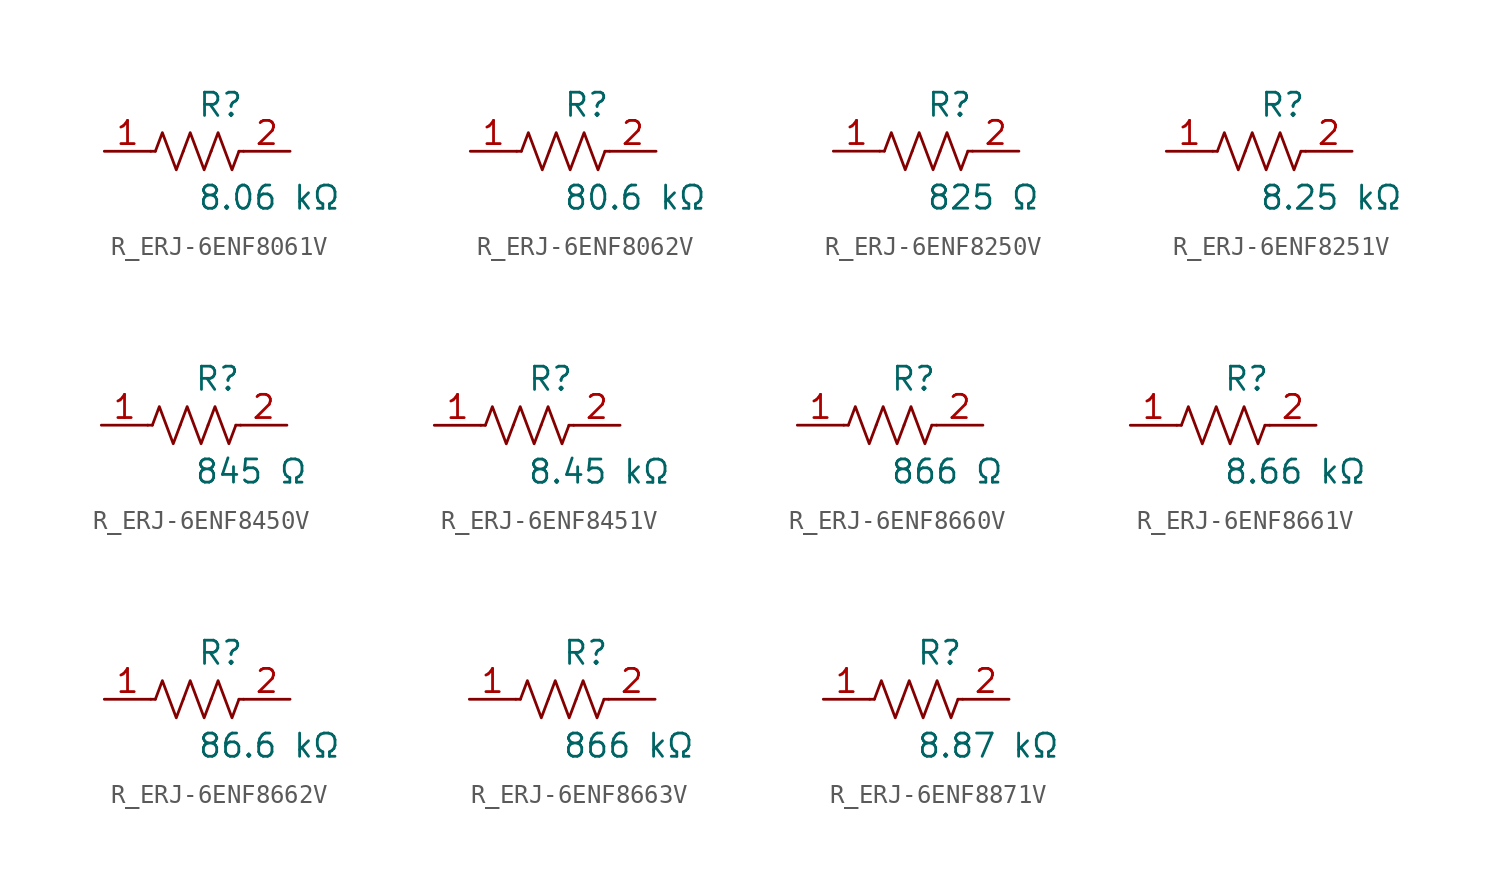
<source format=kicad_sym>
(kicad_symbol_lib
  (version 20231120)
  (generator kicad_symbol_editor)
  (generator_version 8.0)
  (symbol "R_ERJ-6ENF8061V"
    (pin_names
      (offset 0.254))
    (property "Reference" "R"
      (at 0.0 2.54 0)
      (effects (font (size 1.27 1.27)) (justify left)))
    (property "Value" "8.06 kΩ"
      (at 0.0 -2.54 0)
      (effects (font (size 1.27 1.27)) (justify left)))
    (symbol "R_ERJ-6ENF8061V_0_1"
      (polyline (pts (xy 2.286 0) (xy 2.54 0)) (stroke (width 0) (type default)) (fill (type none)))
      (polyline (pts (xy -2.286 0) (xy -2.54 0)) (stroke (width 0) (type default)) (fill (type none)))
      (polyline (pts (xy 0.762 0) (xy 1.143 1.016) (xy 1.524 0) (xy 1.905 -1.016) (xy 2.286 0)) (stroke (width 0) (type default)) (fill (type none)))
      (polyline (pts (xy -0.762 0) (xy -0.381 1.016) (xy 0 0) (xy 0.381 -1.016) (xy 0.762 0)) (stroke (width 0) (type default)) (fill (type none)))
      (polyline (pts (xy -2.286 0) (xy -1.905 1.016) (xy -1.524 0) (xy -1.143 -1.016) (xy -0.762 0)) (stroke (width 0) (type default)) (fill (type none))))
    (pin unspecified line
      (at -5.08 0 0)
      (length 2.54)
      (name "" (effects (font (size 1.27 1.27))))
      (number "1" (effects (font (size 1.27 1.27)))))
    (pin unspecified line
      (at 5.08 0 180)
      (length 2.54)
      (name "" (effects (font (size 1.27 1.27))))
      (number "2" (effects (font (size 1.27 1.27))))))
  (symbol "R_ERJ-6ENF8062V"
    (pin_names
      (offset 0.254))
    (property "Reference" "R"
      (at 0.0 2.54 0)
      (effects (font (size 1.27 1.27)) (justify left)))
    (property "Value" "80.6 kΩ"
      (at 0.0 -2.54 0)
      (effects (font (size 1.27 1.27)) (justify left)))
    (symbol "R_ERJ-6ENF8062V_0_1"
      (polyline (pts (xy 2.286 0) (xy 2.54 0)) (stroke (width 0) (type default)) (fill (type none)))
      (polyline (pts (xy -2.286 0) (xy -2.54 0)) (stroke (width 0) (type default)) (fill (type none)))
      (polyline (pts (xy 0.762 0) (xy 1.143 1.016) (xy 1.524 0) (xy 1.905 -1.016) (xy 2.286 0)) (stroke (width 0) (type default)) (fill (type none)))
      (polyline (pts (xy -0.762 0) (xy -0.381 1.016) (xy 0 0) (xy 0.381 -1.016) (xy 0.762 0)) (stroke (width 0) (type default)) (fill (type none)))
      (polyline (pts (xy -2.286 0) (xy -1.905 1.016) (xy -1.524 0) (xy -1.143 -1.016) (xy -0.762 0)) (stroke (width 0) (type default)) (fill (type none))))
    (pin unspecified line
      (at -5.08 0 0)
      (length 2.54)
      (name "" (effects (font (size 1.27 1.27))))
      (number "1" (effects (font (size 1.27 1.27)))))
    (pin unspecified line
      (at 5.08 0 180)
      (length 2.54)
      (name "" (effects (font (size 1.27 1.27))))
      (number "2" (effects (font (size 1.27 1.27))))))
  (symbol "R_ERJ-6ENF8250V"
    (pin_names
      (offset 0.254))
    (property "Reference" "R"
      (at 0.0 2.54 0)
      (effects (font (size 1.27 1.27)) (justify left)))
    (property "Value" "825 Ω"
      (at 0.0 -2.54 0)
      (effects (font (size 1.27 1.27)) (justify left)))
    (symbol "R_ERJ-6ENF8250V_0_1"
      (polyline (pts (xy 2.286 0) (xy 2.54 0)) (stroke (width 0) (type default)) (fill (type none)))
      (polyline (pts (xy -2.286 0) (xy -2.54 0)) (stroke (width 0) (type default)) (fill (type none)))
      (polyline (pts (xy 0.762 0) (xy 1.143 1.016) (xy 1.524 0) (xy 1.905 -1.016) (xy 2.286 0)) (stroke (width 0) (type default)) (fill (type none)))
      (polyline (pts (xy -0.762 0) (xy -0.381 1.016) (xy 0 0) (xy 0.381 -1.016) (xy 0.762 0)) (stroke (width 0) (type default)) (fill (type none)))
      (polyline (pts (xy -2.286 0) (xy -1.905 1.016) (xy -1.524 0) (xy -1.143 -1.016) (xy -0.762 0)) (stroke (width 0) (type default)) (fill (type none))))
    (pin unspecified line
      (at -5.08 0 0)
      (length 2.54)
      (name "" (effects (font (size 1.27 1.27))))
      (number "1" (effects (font (size 1.27 1.27)))))
    (pin unspecified line
      (at 5.08 0 180)
      (length 2.54)
      (name "" (effects (font (size 1.27 1.27))))
      (number "2" (effects (font (size 1.27 1.27))))))
  (symbol "R_ERJ-6ENF8251V"
    (pin_names
      (offset 0.254))
    (property "Reference" "R"
      (at 0.0 2.54 0)
      (effects (font (size 1.27 1.27)) (justify left)))
    (property "Value" "8.25 kΩ"
      (at 0.0 -2.54 0)
      (effects (font (size 1.27 1.27)) (justify left)))
    (symbol "R_ERJ-6ENF8251V_0_1"
      (polyline (pts (xy 2.286 0) (xy 2.54 0)) (stroke (width 0) (type default)) (fill (type none)))
      (polyline (pts (xy -2.286 0) (xy -2.54 0)) (stroke (width 0) (type default)) (fill (type none)))
      (polyline (pts (xy 0.762 0) (xy 1.143 1.016) (xy 1.524 0) (xy 1.905 -1.016) (xy 2.286 0)) (stroke (width 0) (type default)) (fill (type none)))
      (polyline (pts (xy -0.762 0) (xy -0.381 1.016) (xy 0 0) (xy 0.381 -1.016) (xy 0.762 0)) (stroke (width 0) (type default)) (fill (type none)))
      (polyline (pts (xy -2.286 0) (xy -1.905 1.016) (xy -1.524 0) (xy -1.143 -1.016) (xy -0.762 0)) (stroke (width 0) (type default)) (fill (type none))))
    (pin unspecified line
      (at -5.08 0 0)
      (length 2.54)
      (name "" (effects (font (size 1.27 1.27))))
      (number "1" (effects (font (size 1.27 1.27)))))
    (pin unspecified line
      (at 5.08 0 180)
      (length 2.54)
      (name "" (effects (font (size 1.27 1.27))))
      (number "2" (effects (font (size 1.27 1.27))))))
  (symbol "R_ERJ-6ENF8450V"
    (pin_names
      (offset 0.254))
    (property "Reference" "R"
      (at 0.0 2.54 0)
      (effects (font (size 1.27 1.27)) (justify left)))
    (property "Value" "845 Ω"
      (at 0.0 -2.54 0)
      (effects (font (size 1.27 1.27)) (justify left)))
    (symbol "R_ERJ-6ENF8450V_0_1"
      (polyline (pts (xy 2.286 0) (xy 2.54 0)) (stroke (width 0) (type default)) (fill (type none)))
      (polyline (pts (xy -2.286 0) (xy -2.54 0)) (stroke (width 0) (type default)) (fill (type none)))
      (polyline (pts (xy 0.762 0) (xy 1.143 1.016) (xy 1.524 0) (xy 1.905 -1.016) (xy 2.286 0)) (stroke (width 0) (type default)) (fill (type none)))
      (polyline (pts (xy -0.762 0) (xy -0.381 1.016) (xy 0 0) (xy 0.381 -1.016) (xy 0.762 0)) (stroke (width 0) (type default)) (fill (type none)))
      (polyline (pts (xy -2.286 0) (xy -1.905 1.016) (xy -1.524 0) (xy -1.143 -1.016) (xy -0.762 0)) (stroke (width 0) (type default)) (fill (type none))))
    (pin unspecified line
      (at -5.08 0 0)
      (length 2.54)
      (name "" (effects (font (size 1.27 1.27))))
      (number "1" (effects (font (size 1.27 1.27)))))
    (pin unspecified line
      (at 5.08 0 180)
      (length 2.54)
      (name "" (effects (font (size 1.27 1.27))))
      (number "2" (effects (font (size 1.27 1.27))))))
  (symbol "R_ERJ-6ENF8451V"
    (pin_names
      (offset 0.254))
    (property "Reference" "R"
      (at 0.0 2.54 0)
      (effects (font (size 1.27 1.27)) (justify left)))
    (property "Value" "8.45 kΩ"
      (at 0.0 -2.54 0)
      (effects (font (size 1.27 1.27)) (justify left)))
    (symbol "R_ERJ-6ENF8451V_0_1"
      (polyline (pts (xy 2.286 0) (xy 2.54 0)) (stroke (width 0) (type default)) (fill (type none)))
      (polyline (pts (xy -2.286 0) (xy -2.54 0)) (stroke (width 0) (type default)) (fill (type none)))
      (polyline (pts (xy 0.762 0) (xy 1.143 1.016) (xy 1.524 0) (xy 1.905 -1.016) (xy 2.286 0)) (stroke (width 0) (type default)) (fill (type none)))
      (polyline (pts (xy -0.762 0) (xy -0.381 1.016) (xy 0 0) (xy 0.381 -1.016) (xy 0.762 0)) (stroke (width 0) (type default)) (fill (type none)))
      (polyline (pts (xy -2.286 0) (xy -1.905 1.016) (xy -1.524 0) (xy -1.143 -1.016) (xy -0.762 0)) (stroke (width 0) (type default)) (fill (type none))))
    (pin unspecified line
      (at -5.08 0 0)
      (length 2.54)
      (name "" (effects (font (size 1.27 1.27))))
      (number "1" (effects (font (size 1.27 1.27)))))
    (pin unspecified line
      (at 5.08 0 180)
      (length 2.54)
      (name "" (effects (font (size 1.27 1.27))))
      (number "2" (effects (font (size 1.27 1.27))))))
  (symbol "R_ERJ-6ENF8660V"
    (pin_names
      (offset 0.254))
    (property "Reference" "R"
      (at 0.0 2.54 0)
      (effects (font (size 1.27 1.27)) (justify left)))
    (property "Value" "866 Ω"
      (at 0.0 -2.54 0)
      (effects (font (size 1.27 1.27)) (justify left)))
    (symbol "R_ERJ-6ENF8660V_0_1"
      (polyline (pts (xy 2.286 0) (xy 2.54 0)) (stroke (width 0) (type default)) (fill (type none)))
      (polyline (pts (xy -2.286 0) (xy -2.54 0)) (stroke (width 0) (type default)) (fill (type none)))
      (polyline (pts (xy 0.762 0) (xy 1.143 1.016) (xy 1.524 0) (xy 1.905 -1.016) (xy 2.286 0)) (stroke (width 0) (type default)) (fill (type none)))
      (polyline (pts (xy -0.762 0) (xy -0.381 1.016) (xy 0 0) (xy 0.381 -1.016) (xy 0.762 0)) (stroke (width 0) (type default)) (fill (type none)))
      (polyline (pts (xy -2.286 0) (xy -1.905 1.016) (xy -1.524 0) (xy -1.143 -1.016) (xy -0.762 0)) (stroke (width 0) (type default)) (fill (type none))))
    (pin unspecified line
      (at -5.08 0 0)
      (length 2.54)
      (name "" (effects (font (size 1.27 1.27))))
      (number "1" (effects (font (size 1.27 1.27)))))
    (pin unspecified line
      (at 5.08 0 180)
      (length 2.54)
      (name "" (effects (font (size 1.27 1.27))))
      (number "2" (effects (font (size 1.27 1.27))))))
  (symbol "R_ERJ-6ENF8661V"
    (pin_names
      (offset 0.254))
    (property "Reference" "R"
      (at 0.0 2.54 0)
      (effects (font (size 1.27 1.27)) (justify left)))
    (property "Value" "8.66 kΩ"
      (at 0.0 -2.54 0)
      (effects (font (size 1.27 1.27)) (justify left)))
    (symbol "R_ERJ-6ENF8661V_0_1"
      (polyline (pts (xy 2.286 0) (xy 2.54 0)) (stroke (width 0) (type default)) (fill (type none)))
      (polyline (pts (xy -2.286 0) (xy -2.54 0)) (stroke (width 0) (type default)) (fill (type none)))
      (polyline (pts (xy 0.762 0) (xy 1.143 1.016) (xy 1.524 0) (xy 1.905 -1.016) (xy 2.286 0)) (stroke (width 0) (type default)) (fill (type none)))
      (polyline (pts (xy -0.762 0) (xy -0.381 1.016) (xy 0 0) (xy 0.381 -1.016) (xy 0.762 0)) (stroke (width 0) (type default)) (fill (type none)))
      (polyline (pts (xy -2.286 0) (xy -1.905 1.016) (xy -1.524 0) (xy -1.143 -1.016) (xy -0.762 0)) (stroke (width 0) (type default)) (fill (type none))))
    (pin unspecified line
      (at -5.08 0 0)
      (length 2.54)
      (name "" (effects (font (size 1.27 1.27))))
      (number "1" (effects (font (size 1.27 1.27)))))
    (pin unspecified line
      (at 5.08 0 180)
      (length 2.54)
      (name "" (effects (font (size 1.27 1.27))))
      (number "2" (effects (font (size 1.27 1.27))))))
  (symbol "R_ERJ-6ENF8662V"
    (pin_names
      (offset 0.254))
    (property "Reference" "R"
      (at 0.0 2.54 0)
      (effects (font (size 1.27 1.27)) (justify left)))
    (property "Value" "86.6 kΩ"
      (at 0.0 -2.54 0)
      (effects (font (size 1.27 1.27)) (justify left)))
    (symbol "R_ERJ-6ENF8662V_0_1"
      (polyline (pts (xy 2.286 0) (xy 2.54 0)) (stroke (width 0) (type default)) (fill (type none)))
      (polyline (pts (xy -2.286 0) (xy -2.54 0)) (stroke (width 0) (type default)) (fill (type none)))
      (polyline (pts (xy 0.762 0) (xy 1.143 1.016) (xy 1.524 0) (xy 1.905 -1.016) (xy 2.286 0)) (stroke (width 0) (type default)) (fill (type none)))
      (polyline (pts (xy -0.762 0) (xy -0.381 1.016) (xy 0 0) (xy 0.381 -1.016) (xy 0.762 0)) (stroke (width 0) (type default)) (fill (type none)))
      (polyline (pts (xy -2.286 0) (xy -1.905 1.016) (xy -1.524 0) (xy -1.143 -1.016) (xy -0.762 0)) (stroke (width 0) (type default)) (fill (type none))))
    (pin unspecified line
      (at -5.08 0 0)
      (length 2.54)
      (name "" (effects (font (size 1.27 1.27))))
      (number "1" (effects (font (size 1.27 1.27)))))
    (pin unspecified line
      (at 5.08 0 180)
      (length 2.54)
      (name "" (effects (font (size 1.27 1.27))))
      (number "2" (effects (font (size 1.27 1.27))))))
  (symbol "R_ERJ-6ENF8663V"
    (pin_names
      (offset 0.254))
    (property "Reference" "R"
      (at 0.0 2.54 0)
      (effects (font (size 1.27 1.27)) (justify left)))
    (property "Value" "866 kΩ"
      (at 0.0 -2.54 0)
      (effects (font (size 1.27 1.27)) (justify left)))
    (symbol "R_ERJ-6ENF8663V_0_1"
      (polyline (pts (xy 2.286 0) (xy 2.54 0)) (stroke (width 0) (type default)) (fill (type none)))
      (polyline (pts (xy -2.286 0) (xy -2.54 0)) (stroke (width 0) (type default)) (fill (type none)))
      (polyline (pts (xy 0.762 0) (xy 1.143 1.016) (xy 1.524 0) (xy 1.905 -1.016) (xy 2.286 0)) (stroke (width 0) (type default)) (fill (type none)))
      (polyline (pts (xy -0.762 0) (xy -0.381 1.016) (xy 0 0) (xy 0.381 -1.016) (xy 0.762 0)) (stroke (width 0) (type default)) (fill (type none)))
      (polyline (pts (xy -2.286 0) (xy -1.905 1.016) (xy -1.524 0) (xy -1.143 -1.016) (xy -0.762 0)) (stroke (width 0) (type default)) (fill (type none))))
    (pin unspecified line
      (at -5.08 0 0)
      (length 2.54)
      (name "" (effects (font (size 1.27 1.27))))
      (number "1" (effects (font (size 1.27 1.27)))))
    (pin unspecified line
      (at 5.08 0 180)
      (length 2.54)
      (name "" (effects (font (size 1.27 1.27))))
      (number "2" (effects (font (size 1.27 1.27))))))
  (symbol "R_ERJ-6ENF8871V"
    (pin_names
      (offset 0.254))
    (property "Reference" "R"
      (at 0.0 2.54 0)
      (effects (font (size 1.27 1.27)) (justify left)))
    (property "Value" "8.87 kΩ"
      (at 0.0 -2.54 0)
      (effects (font (size 1.27 1.27)) (justify left)))
    (symbol "R_ERJ-6ENF8871V_0_1"
      (polyline (pts (xy 2.286 0) (xy 2.54 0)) (stroke (width 0) (type default)) (fill (type none)))
      (polyline (pts (xy -2.286 0) (xy -2.54 0)) (stroke (width 0) (type default)) (fill (type none)))
      (polyline (pts (xy 0.762 0) (xy 1.143 1.016) (xy 1.524 0) (xy 1.905 -1.016) (xy 2.286 0)) (stroke (width 0) (type default)) (fill (type none)))
      (polyline (pts (xy -0.762 0) (xy -0.381 1.016) (xy 0 0) (xy 0.381 -1.016) (xy 0.762 0)) (stroke (width 0) (type default)) (fill (type none)))
      (polyline (pts (xy -2.286 0) (xy -1.905 1.016) (xy -1.524 0) (xy -1.143 -1.016) (xy -0.762 0)) (stroke (width 0) (type default)) (fill (type none))))
    (pin unspecified line
      (at -5.08 0 0)
      (length 2.54)
      (name "" (effects (font (size 1.27 1.27))))
      (number "1" (effects (font (size 1.27 1.27)))))
    (pin unspecified line
      (at 5.08 0 180)
      (length 2.54)
      (name "" (effects (font (size 1.27 1.27))))
      (number "2" (effects (font (size 1.27 1.27)))))))
</source>
